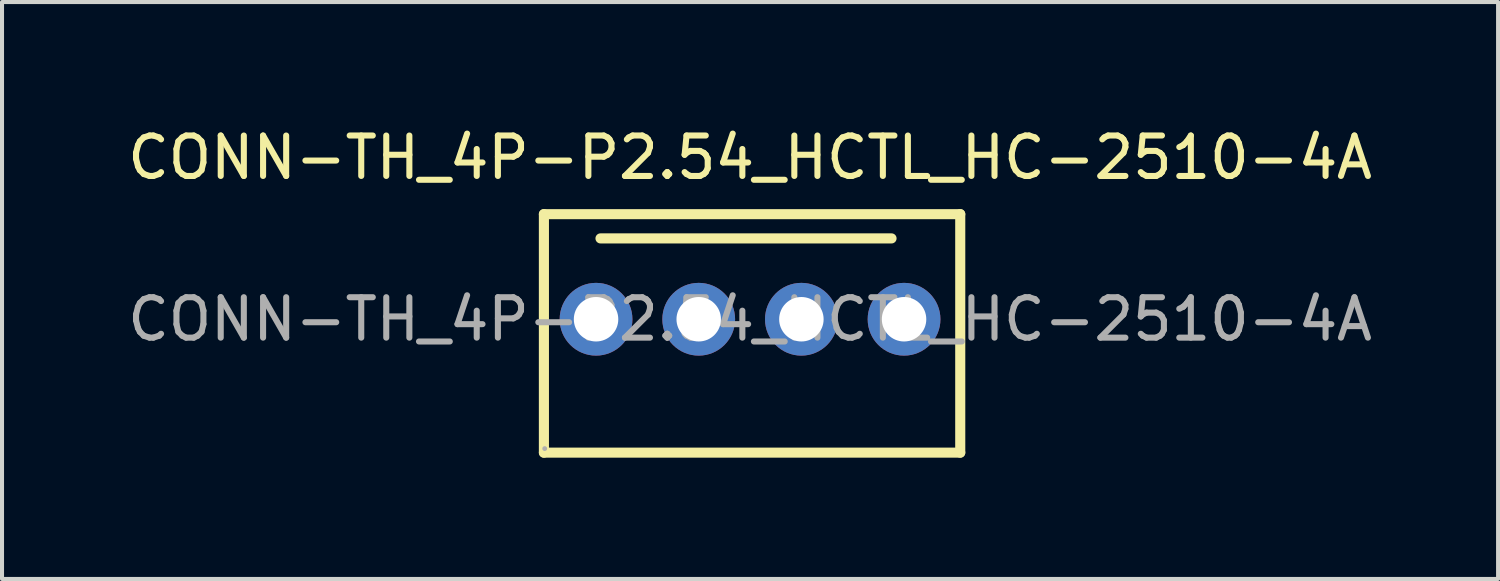
<source format=kicad_pcb>
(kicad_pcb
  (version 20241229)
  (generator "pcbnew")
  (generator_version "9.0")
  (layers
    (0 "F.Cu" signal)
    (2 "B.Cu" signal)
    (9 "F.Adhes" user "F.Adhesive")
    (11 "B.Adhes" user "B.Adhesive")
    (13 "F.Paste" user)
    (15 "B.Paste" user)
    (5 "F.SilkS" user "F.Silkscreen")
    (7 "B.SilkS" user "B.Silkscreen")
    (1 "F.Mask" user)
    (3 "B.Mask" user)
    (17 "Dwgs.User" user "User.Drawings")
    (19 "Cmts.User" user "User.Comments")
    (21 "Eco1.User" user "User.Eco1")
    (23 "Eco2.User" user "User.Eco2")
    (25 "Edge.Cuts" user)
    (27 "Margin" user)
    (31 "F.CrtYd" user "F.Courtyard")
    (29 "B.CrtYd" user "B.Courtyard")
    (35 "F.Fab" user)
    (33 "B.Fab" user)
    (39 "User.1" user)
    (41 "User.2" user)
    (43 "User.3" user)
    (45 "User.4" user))
  (footprint "CONN-TH_4P-P2.54_HCTL_HC-2510-4A"
    (layer "F.Cu")
    (at 15.506 4.848)
    (property "Reference" "CONN-TH_4P-P2.54_HCTL_HC-2510-4A" (at 0 -4 0) (layer "F.SilkS") (effects (font (size 1 1) (thickness 0.15))))
    (attr through_hole)
    (fp_line (start -5.1 -2.6) (end -5.1 3.3) (stroke (width 0.25) (type solid)) (layer "F.SilkS"))
    (fp_line (start -5.1 -2.6) (end 5.2 -2.6) (stroke (width 0.25) (type solid)) (layer "F.SilkS"))
    (fp_line (start -3.7 -2) (end 3.5 -2) (stroke (width 0.25) (type solid)) (layer "F.SilkS"))
    (fp_line (start 5.2 -2.6) (end 5.2 3.3) (stroke (width 0.25) (type solid)) (layer "F.SilkS"))
    (fp_line (start 5.2 3.3) (end -5.1 3.3) (stroke (width 0.25) (type solid)) (layer "F.SilkS"))
    (fp_circle (center -5.08 3.2) (end -5.05 3.2) (stroke (width 0.06) (type solid)) (fill no) (layer "F.Fab"))
    (fp_text user "${REFERENCE}" (at 0 0 0) (layer "F.Fab") (effects (font (size 1 1) (thickness 0.15))))
    (pad "1" thru_hole circle (at -3.81 0) (size 1.8 1.8) (drill 1.1) (layers "*.Cu" "*.Mask"))
    (pad "2" thru_hole circle (at -1.27 0) (size 1.8 1.8) (drill 1.1) (layers "*.Cu" "*.Mask"))
    (pad "3" thru_hole circle (at 1.27 0) (size 1.8 1.8) (drill 1.1) (layers "*.Cu" "*.Mask"))
    (pad "4" thru_hole circle (at 3.81 0) (size 1.8 1.8) (drill 1.1) (layers "*.Cu" "*.Mask")))
  (gr_rect
    (start -3 -3)
    (end 34.012 11.273)
    (stroke (width 0.1) (type default))
    (fill no)
    (layer "Edge.Cuts")))
</source>
